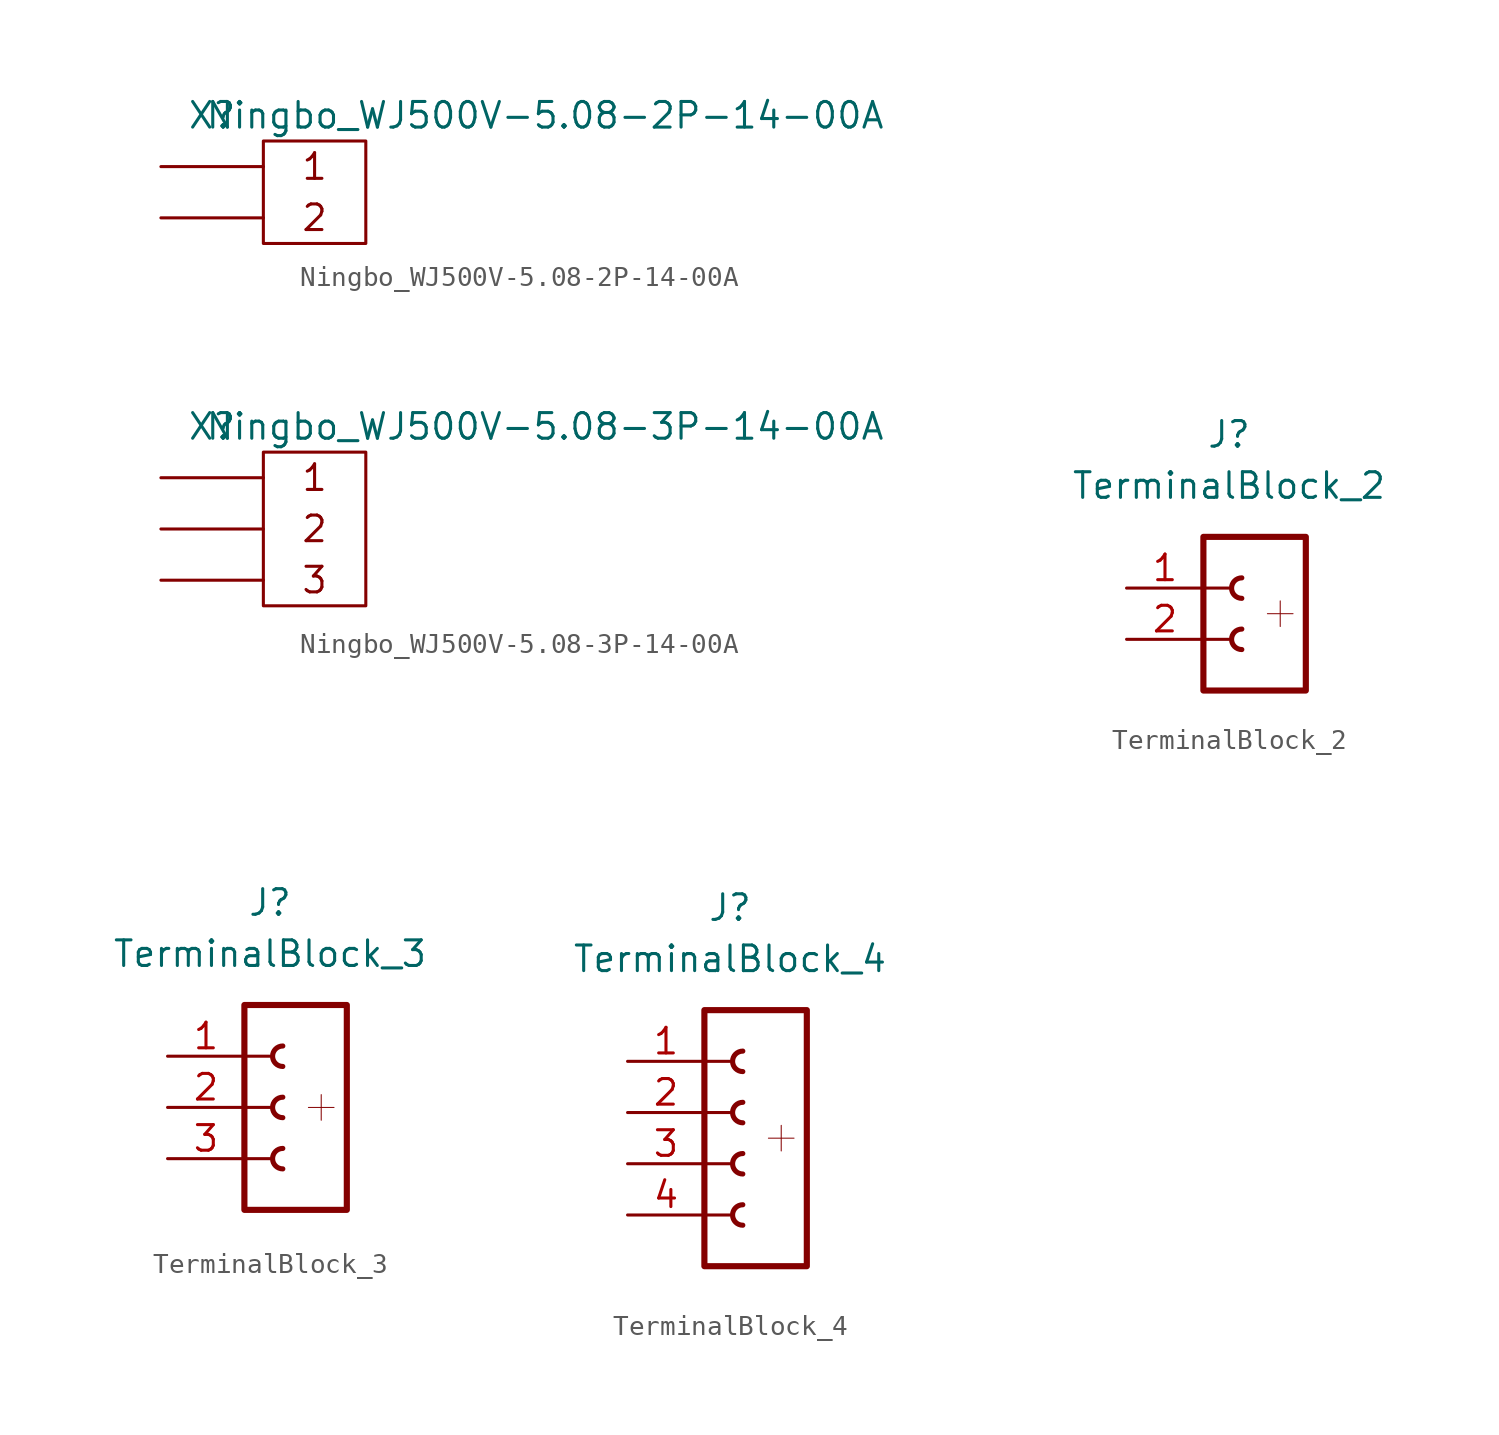
<source format=kicad_sym>
(kicad_symbol_lib
  (version 20211014)
  (generator kicad_symbol_editor)
  (symbol "Ningbo_WJ500V-5.08-2P-14-00A"
    (pin_numbers hide)
    (pin_names
      (offset 1.016) hide)
    (property "Reference" "X"
      (at 2.54 2.54 0)
      (effects (font (size 1.27 1.27))))
    (property "Value" "Ningbo_WJ500V-5.08-2P-14-00A"
      (at 19.05 2.54 0)
      (effects (font (size 1.27 1.27))))
    (symbol "Ningbo_WJ500V-5.08-2P-14-00A_0_1"
      (rectangle (start 5.08 1.27) (end 10.16 -3.81) (stroke (width 0) (type default) (color 0 0 0 0)) (fill (type none))))
    (symbol "Ningbo_WJ500V-5.08-2P-14-00A_1_0"
      (text "1" (at 7.62 0 0) (effects (font (size 1.27 1.27))))
      (text "2" (at 7.62 -2.54 0) (effects (font (size 1.27 1.27)))))
    (symbol "Ningbo_WJ500V-5.08-2P-14-00A_1_1"
      (pin passive line (at 0 0 0) (length 5.08) (name "1" (effects (font (size 1.27 1.27)))) (number "1" (effects (font (size 1.27 1.27)))))
      (pin passive line (at 0 -2.54 0) (length 5.08) (name "2" (effects (font (size 1.27 1.27)))) (number "2" (effects (font (size 1.27 1.27)))))))
  (symbol "Ningbo_WJ500V-5.08-3P-14-00A"
    (pin_numbers hide)
    (pin_names
      (offset 1.016) hide)
    (property "Reference" "X"
      (at 2.54 2.54 0)
      (effects (font (size 1.27 1.27))))
    (property "Value" "Ningbo_WJ500V-5.08-3P-14-00A"
      (at 19.05 2.54 0)
      (effects (font (size 1.27 1.27))))
    (symbol "Ningbo_WJ500V-5.08-3P-14-00A_0_0"
      (rectangle (start 5.08 1.27) (end 10.16 -6.35) (stroke (width 0) (type default) (color 0 0 0 0)) (fill (type none)))
      (text "3" (at 7.62 -5.08 0) (effects (font (size 1.27 1.27)))))
    (symbol "Ningbo_WJ500V-5.08-3P-14-00A_1_0"
      (text "1" (at 7.62 0 0) (effects (font (size 1.27 1.27))))
      (text "2" (at 7.62 -2.54 0) (effects (font (size 1.27 1.27)))))
    (symbol "Ningbo_WJ500V-5.08-3P-14-00A_1_1"
      (pin passive line (at 0 0 0) (length 5.08) (name "1" (effects (font (size 1.27 1.27)))) (number "1" (effects (font (size 1.27 1.27)))))
      (pin passive line (at 0 -2.54 0) (length 5.08) (name "2" (effects (font (size 1.27 1.27)))) (number "2" (effects (font (size 1.27 1.27)))))
      (pin passive line (at 0 -5.08 0) (length 5.08) (name "3" (effects (font (size 1.27 1.27)))) (number "3" (effects (font (size 1.27 1.27)))))))
  (symbol "TerminalBlock_2"
    (pin_names
      (offset 1.016) hide)
    (property "Reference" "J"
      (at 0 7.62 0)
      (effects (font (size 1.27 1.27))))
    (property "Value" "TerminalBlock_2"
      (at 0 5.08 0)
      (effects (font (size 1.27 1.27))))
    (symbol "TerminalBlock_2_0_1"
      (rectangle (start -1.27 -2.54) (end 0 -2.54) (stroke (width 0.152) (type default) (color 0 0 0 0)) (fill (type none)))
      (rectangle (start -1.27 0) (end 0 0) (stroke (width 0.152) (type default) (color 0 0 0 0)) (fill (type none)))
      (rectangle (start -1.27 2.54) (end 3.81 -5.08) (stroke (width 0.305) (type default) (color 0 0 0 0)) (fill (type none)))
      (polyline (pts (xy 1.905 -1.27) (xy 3.175 -1.27)) (stroke (width 0.051) (type default) (color 0 0 0 0)) (fill (type none)))
      (polyline (pts (xy 2.54 -0.635) (xy 2.54 -1.905)) (stroke (width 0.051) (type default) (color 0 0 0 0)) (fill (type none))))
    (symbol "TerminalBlock_2_1_1"
      (arc (start 0.635 -2.032) (mid 0.127 -2.54) (end 0.635 -3.048) (stroke (width 0.254) (type default) (color 0 0 0 0)) (fill (type none)))
      (arc (start 0.635 0.508) (mid 0.127 0) (end 0.635 -0.508) (stroke (width 0.254) (type default) (color 0 0 0 0)) (fill (type none)))
      (pin passive line (at -5.08 0 0) (length 3.81) (name "Pin_1" (effects (font (size 1.27 1.27)))) (number "1" (effects (font (size 1.27 1.27)))))
      (pin passive line (at -5.08 -2.54 0) (length 3.81) (name "Pin_2" (effects (font (size 1.27 1.27)))) (number "2" (effects (font (size 1.27 1.27)))))))
  (symbol "TerminalBlock_3"
    (pin_names
      (offset 1.016) hide)
    (property "Reference" "J"
      (at 0 10.16 0)
      (effects (font (size 1.27 1.27))))
    (property "Value" "TerminalBlock_3"
      (at 0 7.62 0)
      (effects (font (size 1.27 1.27))))
    (symbol "TerminalBlock_3_0_1"
      (rectangle (start -1.27 0) (end 0 0) (stroke (width 0.152) (type default) (color 0 0 0 0)) (fill (type none)))
      (rectangle (start -1.27 2.54) (end 0 2.54) (stroke (width 0.152) (type default) (color 0 0 0 0)) (fill (type none)))
      (rectangle (start -1.27 5.08) (end 3.81 -5.08) (stroke (width 0.305) (type default) (color 0 0 0 0)) (fill (type none)))
      (polyline (pts (xy 1.905 0) (xy 3.175 0)) (stroke (width 0.051) (type default) (color 0 0 0 0)) (fill (type none)))
      (polyline (pts (xy 2.54 0.635) (xy 2.54 -0.635)) (stroke (width 0.051) (type default) (color 0 0 0 0)) (fill (type none))))
    (symbol "TerminalBlock_3_1_1"
      (rectangle (start -1.27 -2.54) (end 0 -2.54) (stroke (width 0.152) (type default) (color 0 0 0 0)) (fill (type none)))
      (arc (start 0.635 -2.032) (mid 0.127 -2.54) (end 0.635 -3.048) (stroke (width 0.254) (type default) (color 0 0 0 0)) (fill (type none)))
      (arc (start 0.635 0.508) (mid 0.127 0) (end 0.635 -0.508) (stroke (width 0.254) (type default) (color 0 0 0 0)) (fill (type none)))
      (arc (start 0.635 3.048) (mid 0.127 2.54) (end 0.635 2.032) (stroke (width 0.254) (type default) (color 0 0 0 0)) (fill (type none)))
      (pin passive line (at -5.08 2.54 0) (length 3.81) (name "Pin_1" (effects (font (size 1.27 1.27)))) (number "1" (effects (font (size 1.27 1.27)))))
      (pin passive line (at -5.08 0 0) (length 3.81) (name "Pin_2" (effects (font (size 1.27 1.27)))) (number "2" (effects (font (size 1.27 1.27)))))
      (pin passive line (at -5.08 -2.54 0) (length 3.81) (name "Pin_3" (effects (font (size 1.27 1.27)))) (number "3" (effects (font (size 1.27 1.27)))))))
  (symbol "TerminalBlock_4"
    (pin_names
      (offset 1.016) hide)
    (property "Reference" "J"
      (at 0 10.16 0)
      (effects (font (size 1.27 1.27))))
    (property "Value" "TerminalBlock_4"
      (at 0 7.62 0)
      (effects (font (size 1.27 1.27))))
    (symbol "TerminalBlock_4_0_1"
      (rectangle (start -1.27 0) (end 0 0) (stroke (width 0.152) (type default) (color 0 0 0 0)) (fill (type none)))
      (rectangle (start -1.27 2.54) (end 0 2.54) (stroke (width 0.152) (type default) (color 0 0 0 0)) (fill (type none)))
      (rectangle (start -1.27 5.08) (end 3.81 -7.62) (stroke (width 0.305) (type default) (color 0 0 0 0)) (fill (type none)))
      (polyline (pts (xy 1.905 -1.27) (xy 3.175 -1.27)) (stroke (width 0.051) (type default) (color 0 0 0 0)) (fill (type none)))
      (polyline (pts (xy 2.54 -0.635) (xy 2.54 -1.905)) (stroke (width 0.051) (type default) (color 0 0 0 0)) (fill (type none))))
    (symbol "TerminalBlock_4_1_1"
      (rectangle (start -1.27 -5.08) (end 0 -5.08) (stroke (width 0.152) (type default) (color 0 0 0 0)) (fill (type none)))
      (rectangle (start -1.27 -2.54) (end 0 -2.54) (stroke (width 0.152) (type default) (color 0 0 0 0)) (fill (type none)))
      (arc (start 0.635 -4.572) (mid 0.127 -5.08) (end 0.635 -5.588) (stroke (width 0.254) (type default) (color 0 0 0 0)) (fill (type none)))
      (arc (start 0.635 -2.032) (mid 0.127 -2.54) (end 0.635 -3.048) (stroke (width 0.254) (type default) (color 0 0 0 0)) (fill (type none)))
      (arc (start 0.635 0.508) (mid 0.127 0) (end 0.635 -0.508) (stroke (width 0.254) (type default) (color 0 0 0 0)) (fill (type none)))
      (arc (start 0.635 3.048) (mid 0.127 2.54) (end 0.635 2.032) (stroke (width 0.254) (type default) (color 0 0 0 0)) (fill (type none)))
      (pin passive line (at -5.08 2.54 0) (length 3.81) (name "Pin_1" (effects (font (size 1.27 1.27)))) (number "1" (effects (font (size 1.27 1.27)))))
      (pin passive line (at -5.08 0 0) (length 3.81) (name "Pin_2" (effects (font (size 1.27 1.27)))) (number "2" (effects (font (size 1.27 1.27)))))
      (pin passive line (at -5.08 -2.54 0) (length 3.81) (name "Pin_3" (effects (font (size 1.27 1.27)))) (number "3" (effects (font (size 1.27 1.27)))))
      (pin passive line (at -5.08 -5.08 0) (length 3.81) (name "Pin_4" (effects (font (size 1.27 1.27)))) (number "4" (effects (font (size 1.27 1.27))))))))
</source>
